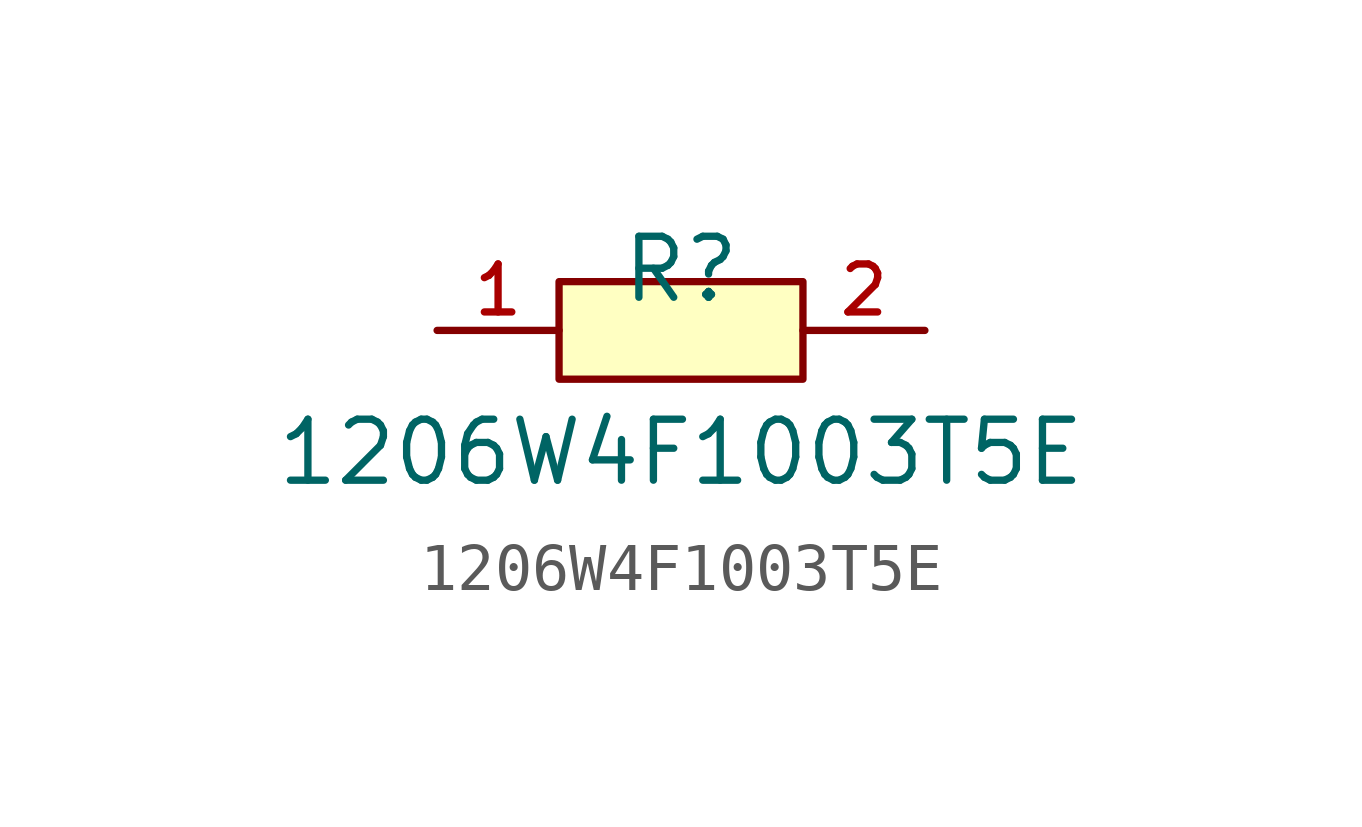
<source format=kicad_sym>
(kicad_symbol_lib
  (version 20210201)
  (generator TousstNicolas/JLC2KiCad_lib)
  (symbol "1206W4F1003T5E"
    (pin_names hide)
    (property "Reference" "R"
      (at 0 1.27 0)
      (effects (font (size 1.27 1.27))))
    (property "Value" "1206W4F1003T5E"
      (at 0 -2.54 0)
      (effects (font (size 1.27 1.27))))
    (symbol "1206W4F1003T5E_0_1"
      (pin input line (at 5.08 -0.0 180) (length 2.54) (name "2" (effects (font (size 1 1)))) (number "2" (effects (font (size 1 1)))))
      (pin input line (at -5.08 -0.0 0) (length 2.54) (name "1" (effects (font (size 1 1)))) (number "1" (effects (font (size 1 1)))))
      (rectangle (start -2.54 1.016) (end 2.54 -1.016) (stroke (width 0) (type default) (color 0 0 0 0)) (fill (type background))))))
</source>
